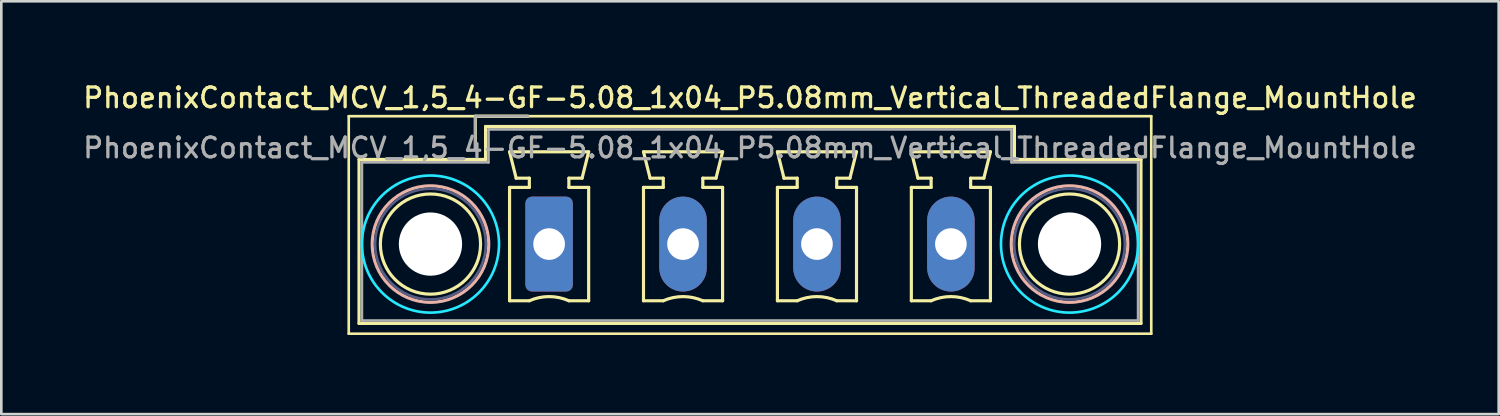
<source format=kicad_pcb>
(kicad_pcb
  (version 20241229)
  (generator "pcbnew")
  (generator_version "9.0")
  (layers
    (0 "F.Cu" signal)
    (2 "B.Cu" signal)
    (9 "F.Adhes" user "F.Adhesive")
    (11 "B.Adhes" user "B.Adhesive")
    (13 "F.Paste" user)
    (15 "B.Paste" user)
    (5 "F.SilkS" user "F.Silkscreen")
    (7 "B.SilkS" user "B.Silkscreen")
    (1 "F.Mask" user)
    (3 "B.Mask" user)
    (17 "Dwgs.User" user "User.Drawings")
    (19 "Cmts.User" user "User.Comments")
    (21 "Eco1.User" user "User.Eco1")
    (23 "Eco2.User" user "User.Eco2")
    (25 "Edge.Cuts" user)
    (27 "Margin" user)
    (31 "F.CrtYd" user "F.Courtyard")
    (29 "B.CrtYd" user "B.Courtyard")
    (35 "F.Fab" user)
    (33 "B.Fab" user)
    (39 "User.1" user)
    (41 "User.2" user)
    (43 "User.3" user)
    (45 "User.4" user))
  (footprint "PhoenixContact_MCV_1,5_4-GF-5.08_1x04_P5.08mm_Vertical_ThreadedFlange_MountHole"
    (layer "F.Cu")
    (at 17.778 6.208)
    (property "Reference" "PhoenixContact_MCV_1,5_4-GF-5.08_1x04_P5.08mm_Vertical_ThreadedFlange_MountHole" (at 7.62 -5.55 0) (layer "F.SilkS") (effects (font (size 0.75 0.75) (thickness 0.125))))
    (attr through_hole)
    (fp_line (start -7.6 -4.85) (end -7.6 3.4) (stroke (width 0.1) (type solid)) (layer "F.SilkS"))
    (fp_line (start -7.6 3.4) (end 22.84 3.4) (stroke (width 0.1) (type solid)) (layer "F.SilkS"))
    (fp_line (start -7.21 -3.21) (end -7.21 3.01) (stroke (width 0.12) (type solid)) (layer "F.SilkS"))
    (fp_line (start -7.21 3.01) (end 22.45 3.01) (stroke (width 0.12) (type solid)) (layer "F.SilkS"))
    (fp_line (start -2.8 -4.85) (end -0.8 -4.85) (stroke (width 0.12) (type solid)) (layer "F.SilkS"))
    (fp_line (start -2.8 -3.6) (end -2.8 -4.85) (stroke (width 0.12) (type solid)) (layer "F.SilkS"))
    (fp_line (start -2.41 -4.46) (end -2.41 -3.21) (stroke (width 0.12) (type solid)) (layer "F.SilkS"))
    (fp_line (start -2.41 -3.21) (end -7.21 -3.21) (stroke (width 0.12) (type solid)) (layer "F.SilkS"))
    (fp_line (start -1.5 -3.5) (end 1.5 -3.5) (stroke (width 0.12) (type solid)) (layer "F.SilkS"))
    (fp_line (start -1.5 -2.15) (end -0.75 -2.15) (stroke (width 0.12) (type solid)) (layer "F.SilkS"))
    (fp_line (start -1.5 2.15) (end -1.5 -2.15) (stroke (width 0.12) (type solid)) (layer "F.SilkS"))
    (fp_line (start -1.25 -2.5) (end -1.5 -3.5) (stroke (width 0.12) (type solid)) (layer "F.SilkS"))
    (fp_line (start -0.75 -2.5) (end -1.25 -2.5) (stroke (width 0.12) (type solid)) (layer "F.SilkS"))
    (fp_line (start -0.75 -2.15) (end -0.75 -2.5) (stroke (width 0.12) (type solid)) (layer "F.SilkS"))
    (fp_line (start -0.75 2.15) (end -1.5 2.15) (stroke (width 0.12) (type solid)) (layer "F.SilkS"))
    (fp_line (start 0.75 -2.5) (end 0.75 -2.15) (stroke (width 0.12) (type solid)) (layer "F.SilkS"))
    (fp_line (start 0.75 -2.15) (end 1.5 -2.15) (stroke (width 0.12) (type solid)) (layer "F.SilkS"))
    (fp_line (start 1.25 -2.5) (end 0.75 -2.5) (stroke (width 0.12) (type solid)) (layer "F.SilkS"))
    (fp_line (start 1.5 -3.5) (end 1.25 -2.5) (stroke (width 0.12) (type solid)) (layer "F.SilkS"))
    (fp_line (start 1.5 -2.15) (end 1.5 2.15) (stroke (width 0.12) (type solid)) (layer "F.SilkS"))
    (fp_line (start 1.5 2.15) (end 0.75 2.15) (stroke (width 0.12) (type solid)) (layer "F.SilkS"))
    (fp_line (start 3.58 -3.5) (end 6.58 -3.5) (stroke (width 0.12) (type solid)) (layer "F.SilkS"))
    (fp_line (start 3.58 -2.15) (end 4.33 -2.15) (stroke (width 0.12) (type solid)) (layer "F.SilkS"))
    (fp_line (start 3.58 2.15) (end 3.58 -2.15) (stroke (width 0.12) (type solid)) (layer "F.SilkS"))
    (fp_line (start 3.83 -2.5) (end 3.58 -3.5) (stroke (width 0.12) (type solid)) (layer "F.SilkS"))
    (fp_line (start 4.33 -2.5) (end 3.83 -2.5) (stroke (width 0.12) (type solid)) (layer "F.SilkS"))
    (fp_line (start 4.33 -2.15) (end 4.33 -2.5) (stroke (width 0.12) (type solid)) (layer "F.SilkS"))
    (fp_line (start 4.33 2.15) (end 3.58 2.15) (stroke (width 0.12) (type solid)) (layer "F.SilkS"))
    (fp_line (start 5.83 -2.5) (end 5.83 -2.15) (stroke (width 0.12) (type solid)) (layer "F.SilkS"))
    (fp_line (start 5.83 -2.15) (end 6.58 -2.15) (stroke (width 0.12) (type solid)) (layer "F.SilkS"))
    (fp_line (start 6.33 -2.5) (end 5.83 -2.5) (stroke (width 0.12) (type solid)) (layer "F.SilkS"))
    (fp_line (start 6.58 -3.5) (end 6.33 -2.5) (stroke (width 0.12) (type solid)) (layer "F.SilkS"))
    (fp_line (start 6.58 -2.15) (end 6.58 2.15) (stroke (width 0.12) (type solid)) (layer "F.SilkS"))
    (fp_line (start 6.58 2.15) (end 5.83 2.15) (stroke (width 0.12) (type solid)) (layer "F.SilkS"))
    (fp_line (start 8.66 -3.5) (end 11.66 -3.5) (stroke (width 0.12) (type solid)) (layer "F.SilkS"))
    (fp_line (start 8.66 -2.15) (end 9.41 -2.15) (stroke (width 0.12) (type solid)) (layer "F.SilkS"))
    (fp_line (start 8.66 2.15) (end 8.66 -2.15) (stroke (width 0.12) (type solid)) (layer "F.SilkS"))
    (fp_line (start 8.91 -2.5) (end 8.66 -3.5) (stroke (width 0.12) (type solid)) (layer "F.SilkS"))
    (fp_line (start 9.41 -2.5) (end 8.91 -2.5) (stroke (width 0.12) (type solid)) (layer "F.SilkS"))
    (fp_line (start 9.41 -2.15) (end 9.41 -2.5) (stroke (width 0.12) (type solid)) (layer "F.SilkS"))
    (fp_line (start 9.41 2.15) (end 8.66 2.15) (stroke (width 0.12) (type solid)) (layer "F.SilkS"))
    (fp_line (start 10.91 -2.5) (end 10.91 -2.15) (stroke (width 0.12) (type solid)) (layer "F.SilkS"))
    (fp_line (start 10.91 -2.15) (end 11.66 -2.15) (stroke (width 0.12) (type solid)) (layer "F.SilkS"))
    (fp_line (start 11.41 -2.5) (end 10.91 -2.5) (stroke (width 0.12) (type solid)) (layer "F.SilkS"))
    (fp_line (start 11.66 -3.5) (end 11.41 -2.5) (stroke (width 0.12) (type solid)) (layer "F.SilkS"))
    (fp_line (start 11.66 -2.15) (end 11.66 2.15) (stroke (width 0.12) (type solid)) (layer "F.SilkS"))
    (fp_line (start 11.66 2.15) (end 10.91 2.15) (stroke (width 0.12) (type solid)) (layer "F.SilkS"))
    (fp_line (start 13.74 -3.5) (end 16.74 -3.5) (stroke (width 0.12) (type solid)) (layer "F.SilkS"))
    (fp_line (start 13.74 -2.15) (end 14.49 -2.15) (stroke (width 0.12) (type solid)) (layer "F.SilkS"))
    (fp_line (start 13.74 2.15) (end 13.74 -2.15) (stroke (width 0.12) (type solid)) (layer "F.SilkS"))
    (fp_line (start 13.99 -2.5) (end 13.74 -3.5) (stroke (width 0.12) (type solid)) (layer "F.SilkS"))
    (fp_line (start 14.49 -2.5) (end 13.99 -2.5) (stroke (width 0.12) (type solid)) (layer "F.SilkS"))
    (fp_line (start 14.49 -2.15) (end 14.49 -2.5) (stroke (width 0.12) (type solid)) (layer "F.SilkS"))
    (fp_line (start 14.49 2.15) (end 13.74 2.15) (stroke (width 0.12) (type solid)) (layer "F.SilkS"))
    (fp_line (start 15.99 -2.5) (end 15.99 -2.15) (stroke (width 0.12) (type solid)) (layer "F.SilkS"))
    (fp_line (start 15.99 -2.15) (end 16.74 -2.15) (stroke (width 0.12) (type solid)) (layer "F.SilkS"))
    (fp_line (start 16.49 -2.5) (end 15.99 -2.5) (stroke (width 0.12) (type solid)) (layer "F.SilkS"))
    (fp_line (start 16.74 -3.5) (end 16.49 -2.5) (stroke (width 0.12) (type solid)) (layer "F.SilkS"))
    (fp_line (start 16.74 -2.15) (end 16.74 2.15) (stroke (width 0.12) (type solid)) (layer "F.SilkS"))
    (fp_line (start 16.74 2.15) (end 15.99 2.15) (stroke (width 0.12) (type solid)) (layer "F.SilkS"))
    (fp_line (start 17.65 -4.46) (end -2.41 -4.46) (stroke (width 0.12) (type solid)) (layer "F.SilkS"))
    (fp_line (start 17.65 -3.21) (end 17.65 -4.46) (stroke (width 0.12) (type solid)) (layer "F.SilkS"))
    (fp_line (start 22.45 -3.21) (end 17.65 -3.21) (stroke (width 0.12) (type solid)) (layer "F.SilkS"))
    (fp_line (start 22.45 3.01) (end 22.45 -3.21) (stroke (width 0.12) (type solid)) (layer "F.SilkS"))
    (fp_line (start 22.84 -4.85) (end -7.6 -4.85) (stroke (width 0.1) (type solid)) (layer "F.SilkS"))
    (fp_line (start 22.84 3.4) (end 22.84 -4.85) (stroke (width 0.1) (type solid)) (layer "F.SilkS"))
    (fp_arc (start -0.75 2.15) (mid -0.000193 1.99191) (end 0.749647 2.149844) (stroke (width 0.12) (type solid)) (layer "F.SilkS"))
    (fp_arc (start 4.33 2.15) (mid 5.079807 1.99191) (end 5.829647 2.149844) (stroke (width 0.12) (type solid)) (layer "F.SilkS"))
    (fp_arc (start 9.41 2.15) (mid 10.159807 1.99191) (end 10.909647 2.149844) (stroke (width 0.12) (type solid)) (layer "F.SilkS"))
    (fp_arc (start 14.49 2.15) (mid 15.239807 1.99191) (end 15.989647 2.149844) (stroke (width 0.12) (type solid)) (layer "F.SilkS"))
    (fp_circle (center -4.5 0) (end -2.6 0) (stroke (width 0.12) (type solid)) (fill no) (layer "F.SilkS"))
    (fp_circle (center 19.74 0) (end 21.64 0) (stroke (width 0.12) (type solid)) (fill no) (layer "F.SilkS"))
    (fp_circle (center -4.5 0) (end -2.29 0) (stroke (width 0.12) (type solid)) (fill no) (layer "B.SilkS"))
    (fp_circle (center 19.74 0) (end 21.95 0) (stroke (width 0.12) (type solid)) (fill no) (layer "B.SilkS"))
    (fp_circle (center -4.5 0) (end -1.9 0) (stroke (width 0.1) (type solid)) (fill no) (layer "B.CrtYd"))
    (fp_circle (center 19.74 0) (end 22.34 0) (stroke (width 0.1) (type solid)) (fill no) (layer "B.CrtYd"))
    (fp_circle (center -4.5 0) (end -2.4 0) (stroke (width 0.1) (type solid)) (fill no) (layer "B.Fab"))
    (fp_circle (center 19.74 0) (end 21.84 0) (stroke (width 0.1) (type solid)) (fill no) (layer "B.Fab"))
    (fp_line (start -7.1 -3.1) (end -7.1 2.9) (stroke (width 0.1) (type solid)) (layer "F.Fab"))
    (fp_line (start -7.1 2.9) (end 22.34 2.9) (stroke (width 0.1) (type solid)) (layer "F.Fab"))
    (fp_line (start -2.8 -4.85) (end -0.8 -4.85) (stroke (width 0.1) (type solid)) (layer "F.Fab"))
    (fp_line (start -2.8 -3.6) (end -2.8 -4.85) (stroke (width 0.1) (type solid)) (layer "F.Fab"))
    (fp_line (start -2.3 -4.35) (end -2.3 -3.1) (stroke (width 0.1) (type solid)) (layer "F.Fab"))
    (fp_line (start -2.3 -3.1) (end -7.1 -3.1) (stroke (width 0.1) (type solid)) (layer "F.Fab"))
    (fp_line (start 17.54 -4.35) (end -2.3 -4.35) (stroke (width 0.1) (type solid)) (layer "F.Fab"))
    (fp_line (start 17.54 -3.1) (end 17.54 -4.35) (stroke (width 0.1) (type solid)) (layer "F.Fab"))
    (fp_line (start 22.34 -3.1) (end 17.54 -3.1) (stroke (width 0.1) (type solid)) (layer "F.Fab"))
    (fp_line (start 22.34 2.9) (end 22.34 -3.1) (stroke (width 0.1) (type solid)) (layer "F.Fab"))
    (fp_text user "${REFERENCE}" (at 7.62 -3.65 0) (layer "F.Fab") (effects (font (size 0.75 0.75) (thickness 0.125))))
    (pad "" np_thru_hole circle (at -4.5 0) (size 2.4 2.4) (drill 2.4) (layers "*.Cu" "*.Mask"))
    (pad "" np_thru_hole circle (at 19.74 0) (size 2.4 2.4) (drill 2.4) (layers "*.Cu" "*.Mask"))
    (pad "1" thru_hole roundrect (at 0 0) (size 1.8 3.6) (drill 1.2) (layers "*.Cu" "*.Mask") (roundrect_rratio 0.139))
    (pad "2" thru_hole oval (at 5.08 0) (size 1.8 3.6) (drill 1.2) (layers "*.Cu" "*.Mask"))
    (pad "3" thru_hole oval (at 10.16 0) (size 1.8 3.6) (drill 1.2) (layers "*.Cu" "*.Mask"))
    (pad "4" thru_hole oval (at 15.24 0) (size 1.8 3.6) (drill 1.2) (layers "*.Cu" "*.Mask")))
  (gr_rect
    (start -3 -3)
    (end 53.796 12.658)
    (stroke (width 0.1) (type default))
    (fill no)
    (layer "Edge.Cuts")))
</source>
